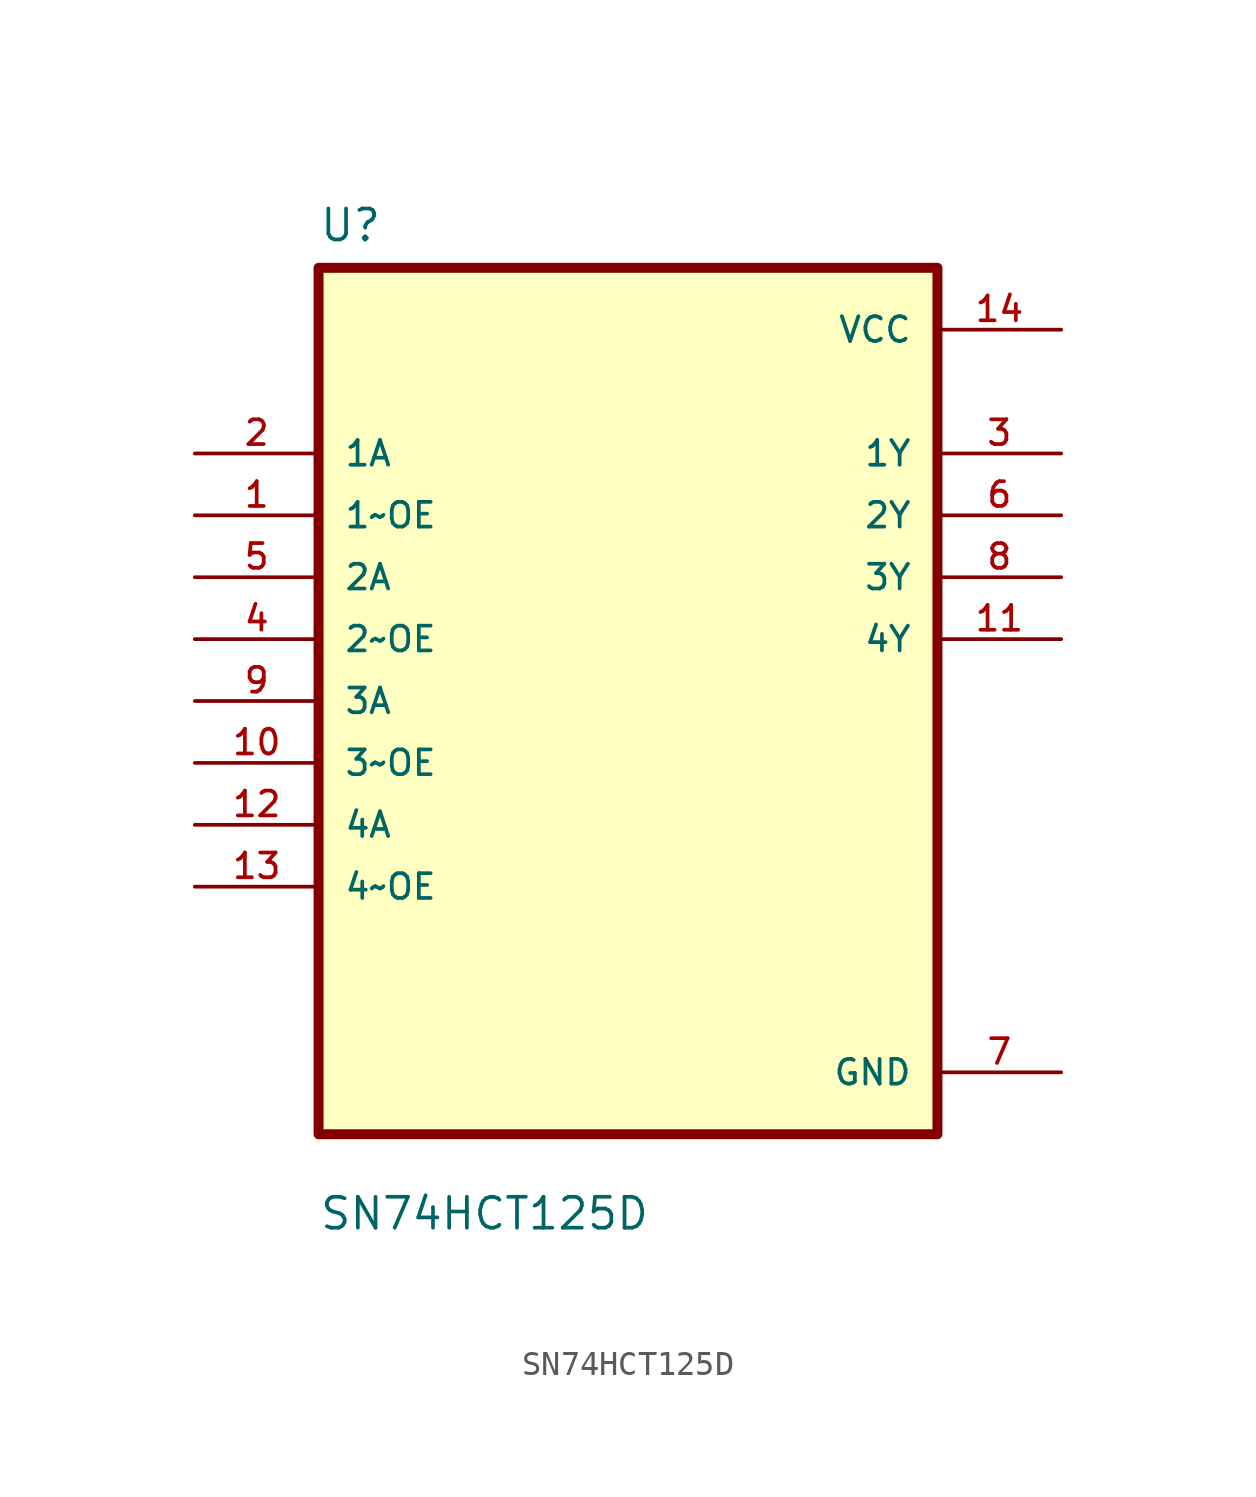
<source format=kicad_sym>
(kicad_symbol_lib
  (version 20211014)
  (generator kicad_symbol_editor)
  (symbol "SN74HCT125D"
    (pin_names
      (offset 1.016))
    (property "Reference" "U"
      (at -12.7 18.78 0.0)
      (effects (font (size 1.27 1.27)) (justify bottom left)))
    (property "Value" "SN74HCT125D"
      (at -12.7 -21.78 0.0)
      (effects (font (size 1.27 1.27)) (justify bottom left)))
    (symbol "SN74HCT125D_0_0"
      (rectangle (start -12.7 -17.78) (end 12.7 17.78) (stroke (width 0.41)) (fill (type background)))
      (pin input line (at -17.78 10.16 0) (length 5.08) (name "1A" (effects (font (size 1.016 1.016)))) (number "2" (effects (font (size 1.016 1.016)))))
      (pin input line (at -17.78 7.62 0) (length 5.08) (name "1~OE" (effects (font (size 1.016 1.016)))) (number "1" (effects (font (size 1.016 1.016)))))
      (pin input line (at -17.78 5.08 0) (length 5.08) (name "2A" (effects (font (size 1.016 1.016)))) (number "5" (effects (font (size 1.016 1.016)))))
      (pin input line (at -17.78 2.54 0) (length 5.08) (name "2~OE" (effects (font (size 1.016 1.016)))) (number "4" (effects (font (size 1.016 1.016)))))
      (pin input line (at -17.78 0.0 0) (length 5.08) (name "3A" (effects (font (size 1.016 1.016)))) (number "9" (effects (font (size 1.016 1.016)))))
      (pin input line (at -17.78 -2.54 0) (length 5.08) (name "3~OE" (effects (font (size 1.016 1.016)))) (number "10" (effects (font (size 1.016 1.016)))))
      (pin input line (at -17.78 -5.08 0) (length 5.08) (name "4A" (effects (font (size 1.016 1.016)))) (number "12" (effects (font (size 1.016 1.016)))))
      (pin input line (at -17.78 -7.62 0) (length 5.08) (name "4~OE" (effects (font (size 1.016 1.016)))) (number "13" (effects (font (size 1.016 1.016)))))
      (pin power_in line (at 17.78 15.24 180.0) (length 5.08) (name "VCC" (effects (font (size 1.016 1.016)))) (number "14" (effects (font (size 1.016 1.016)))))
      (pin output line (at 17.78 10.16 180.0) (length 5.08) (name "1Y" (effects (font (size 1.016 1.016)))) (number "3" (effects (font (size 1.016 1.016)))))
      (pin output line (at 17.78 7.62 180.0) (length 5.08) (name "2Y" (effects (font (size 1.016 1.016)))) (number "6" (effects (font (size 1.016 1.016)))))
      (pin output line (at 17.78 5.08 180.0) (length 5.08) (name "3Y" (effects (font (size 1.016 1.016)))) (number "8" (effects (font (size 1.016 1.016)))))
      (pin output line (at 17.78 2.54 180.0) (length 5.08) (name "4Y" (effects (font (size 1.016 1.016)))) (number "11" (effects (font (size 1.016 1.016)))))
      (pin power_in line (at 17.78 -15.24 180.0) (length 5.08) (name "GND" (effects (font (size 1.016 1.016)))) (number "7" (effects (font (size 1.016 1.016))))))))
</source>
